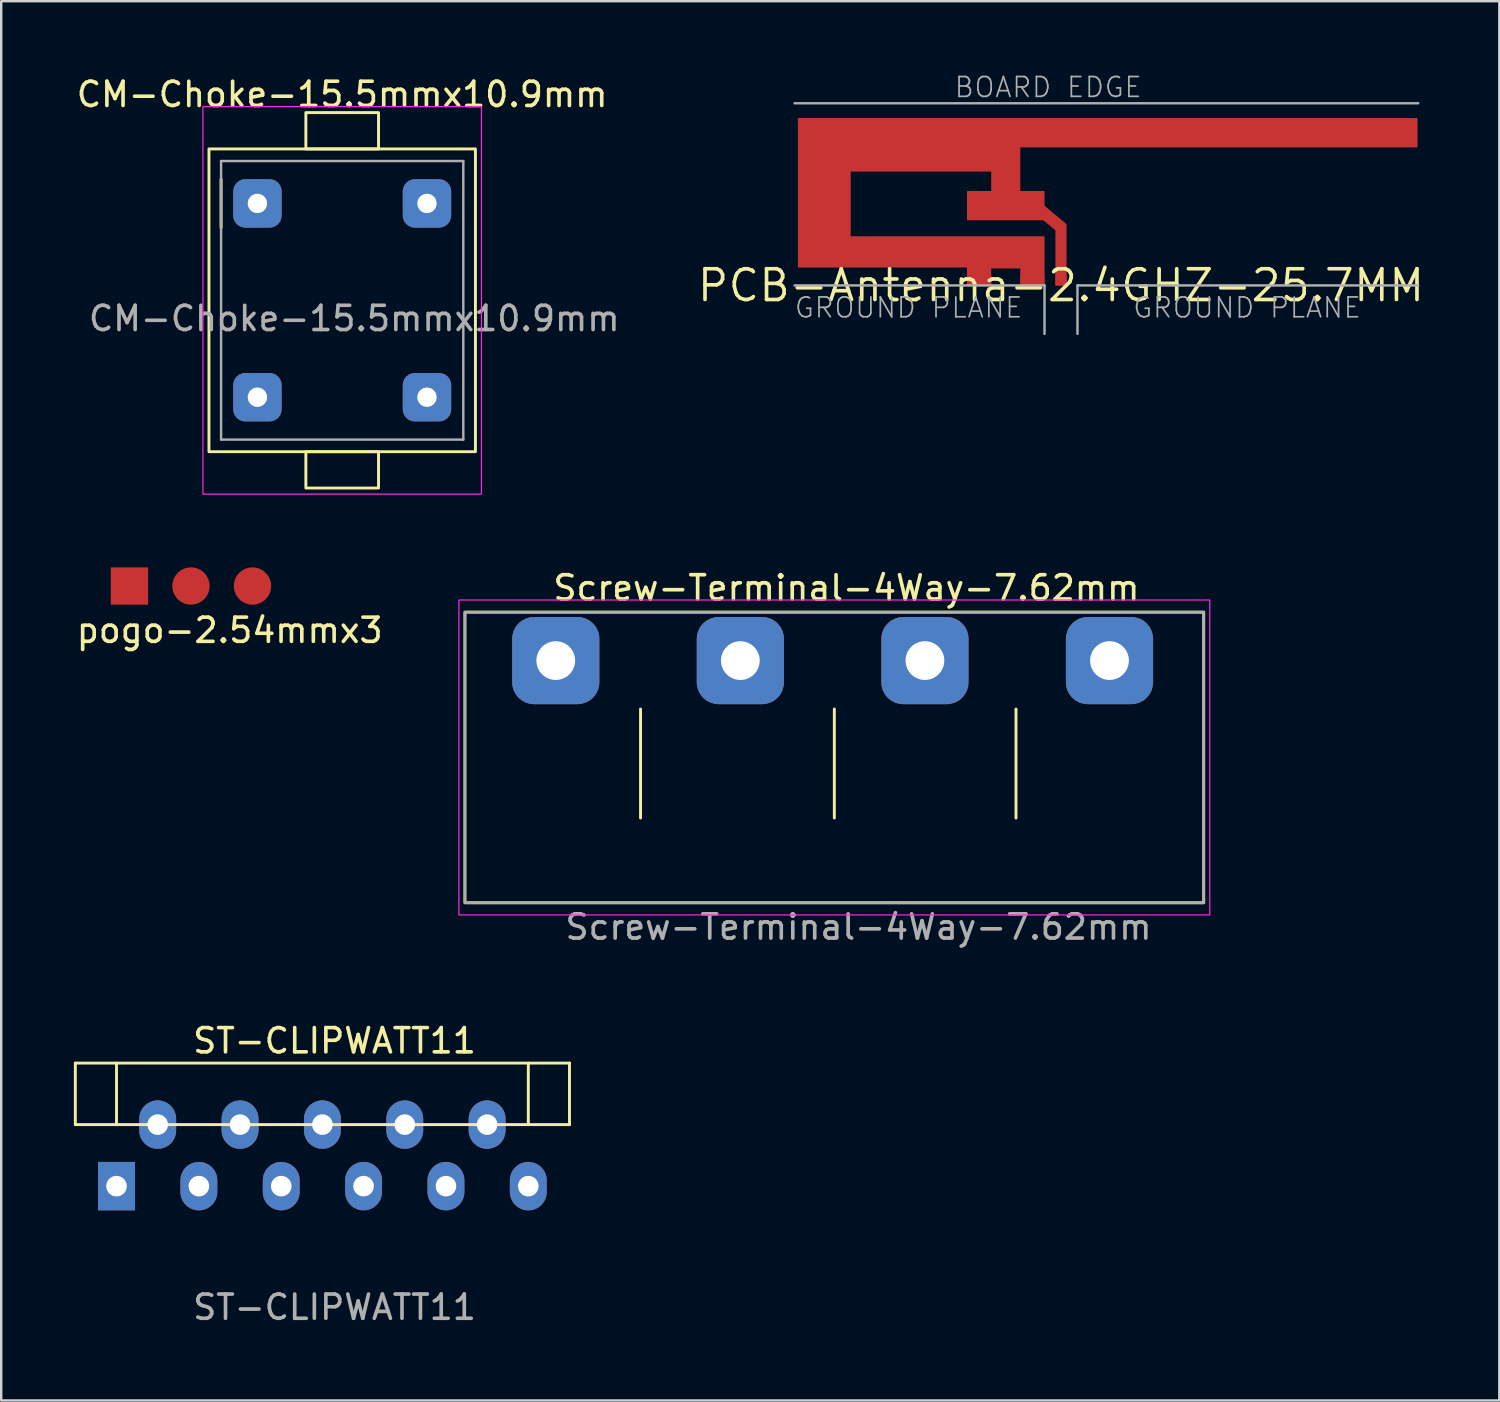
<source format=kicad_pcb>
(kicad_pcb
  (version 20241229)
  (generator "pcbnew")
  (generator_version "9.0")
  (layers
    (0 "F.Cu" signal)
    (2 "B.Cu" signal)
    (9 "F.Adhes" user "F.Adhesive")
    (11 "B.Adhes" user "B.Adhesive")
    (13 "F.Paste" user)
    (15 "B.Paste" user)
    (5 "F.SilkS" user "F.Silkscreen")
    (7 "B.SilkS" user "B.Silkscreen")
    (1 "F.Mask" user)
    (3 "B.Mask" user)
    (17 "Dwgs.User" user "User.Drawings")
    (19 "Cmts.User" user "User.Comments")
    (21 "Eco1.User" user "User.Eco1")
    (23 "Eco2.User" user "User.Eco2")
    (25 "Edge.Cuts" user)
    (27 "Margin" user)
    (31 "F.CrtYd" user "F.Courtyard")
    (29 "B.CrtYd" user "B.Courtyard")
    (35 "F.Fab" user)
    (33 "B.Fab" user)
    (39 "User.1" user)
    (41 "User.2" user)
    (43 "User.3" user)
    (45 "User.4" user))
  (footprint "CM-Choke-15.5mmx10.9mm"
    (layer "F.Cu")
    (at 7.577 5.348)
    (property "Reference" "CM-Choke-15.5mmx10.9mm" (at 3.5 -4.5 0) (unlocked yes) (layer "F.SilkS") (effects (font (size 1 1) (thickness 0.15))))
    (attr through_hole)
    (fp_line (start -1.5 -1) (end -1.5 1) (stroke (width 0.12) (type solid)) (layer "F.SilkS"))
    (fp_rect (start -2 -2.25) (end 9 10.25) (stroke (width 0.12) (type solid)) (fill no) (layer "F.SilkS"))
    (fp_rect (start 2 -3.75) (end 5 -2.25) (stroke (width 0.12) (type solid)) (fill no) (layer "F.SilkS"))
    (fp_rect (start 2 10.25) (end 5 11.75) (stroke (width 0.12) (type solid)) (fill no) (layer "F.SilkS"))
    (fp_rect (start -2.25 -4) (end 9.25 12) (stroke (width 0.05) (type solid)) (fill no) (layer "F.CrtYd"))
    (fp_line (start -1.5 -1.75) (end 8.5 -1.75) (stroke (width 0.1) (type solid)) (layer "F.Fab"))
    (fp_line (start -1.5 9.75) (end -1.5 -1.75) (stroke (width 0.1) (type solid)) (layer "F.Fab"))
    (fp_line (start 8.5 -1.75) (end 8.5 9.75) (stroke (width 0.1) (type solid)) (layer "F.Fab"))
    (fp_line (start 8.5 9.75) (end -1.5 9.75) (stroke (width 0.1) (type solid)) (layer "F.Fab"))
    (fp_text user "${REFERENCE}" (at 4 4.75 0) (unlocked yes) (layer "F.Fab") (effects (font (size 1 1) (thickness 0.15))))
    (pad "1" thru_hole roundrect (at 0 0) (size 2 2) (drill 0.8) (layers "*.Cu" "*.Mask") (roundrect_rratio 0.25))
    (pad "2" thru_hole roundrect (at 7 0) (size 2 2) (drill 0.8) (layers "*.Cu" "*.Mask") (roundrect_rratio 0.25))
    (pad "3" thru_hole roundrect (at 0 8) (size 2 2) (drill 0.8) (layers "*.Cu" "*.Mask") (roundrect_rratio 0.25))
    (pad "4" thru_hole roundrect (at 7 8) (size 2 2) (drill 0.8) (layers "*.Cu" "*.Mask") (roundrect_rratio 0.25)))
  (footprint "pogo-2.54mmx3"
    (layer "F.Cu")
    (at 2.294 21.143)
    (property "Reference" "pogo-2.54mmx3" (at 4.14 1.829 0) (layer "F.SilkS") (effects (font (size 1 1) (thickness 0.15))))
    (attr through_hole)
    (pad "1" smd rect (at 0 0) (size 1.54 1.54) (layers "F.Cu" "F.Mask" "F.Paste"))
    (pad "2" smd circle (at 2.54 0) (size 1.54 1.54) (layers "F.Cu" "F.Mask" "F.Paste"))
    (pad "3" smd circle (at 5.08 0) (size 1.54 1.54) (layers "F.Cu" "F.Mask" "F.Paste")))
  (footprint "Screw-Terminal-4Way-7.62mm"
    (layer "F.Cu")
    (at 19.894 24.221)
    (property "Reference" "Screw-Terminal-4Way-7.62mm" (at 12 -3 0) (unlocked yes) (layer "F.SilkS") (effects (font (size 1 1) (thickness 0.15))))
    (attr through_hole)
    (fp_line (start 3.5 2) (end 3.5 6.5) (stroke (width 0.12) (type solid)) (layer "F.SilkS"))
    (fp_line (start 11.5 2) (end 11.5 6.5) (stroke (width 0.12) (type solid)) (layer "F.SilkS"))
    (fp_line (start 19 2) (end 19 6.5) (stroke (width 0.12) (type solid)) (layer "F.SilkS"))
    (fp_rect (start -3.75 -2) (end 26.75 10) (stroke (width 0.12) (type solid)) (fill no) (layer "F.SilkS"))
    (fp_rect (start -4 -2.5) (end 27 10.5) (stroke (width 0.05) (type solid)) (fill no) (layer "F.CrtYd"))
    (fp_rect (start -3.75 -2) (end 26.75 10) (stroke (width 0.1) (type solid)) (fill no) (layer "F.Fab"))
    (fp_text user "${REFERENCE}" (at 12.5 11 0) (unlocked yes) (layer "F.Fab") (effects (font (size 1 1) (thickness 0.15))))
    (pad "1" thru_hole roundrect (at 0 0) (size 3.6 3.6) (drill 1.6) (layers "*.Cu" "*.Mask") (roundrect_rratio 0.25))
    (pad "2" thru_hole roundrect (at 7.62 0) (size 3.6 3.6) (drill 1.6) (layers "*.Cu" "*.Mask") (roundrect_rratio 0.25))
    (pad "3" thru_hole roundrect (at 15.24 0) (size 3.6 3.6) (drill 1.6) (layers "*.Cu" "*.Mask") (roundrect_rratio 0.25))
    (pad "4" thru_hole roundrect (at 22.86 0) (size 3.6 3.6) (drill 1.6) (layers "*.Cu" "*.Mask") (roundrect_rratio 0.25)))
  (footprint "ST-CLIPWATT11"
    (layer "F.Cu")
    (at 1.76 45.918)
    (property "Reference" "ST-CLIPWATT11" (at 9 -6 0) (unlocked yes) (layer "F.SilkS") (effects (font (size 1 1) (thickness 0.15))))
    (attr through_hole)
    (fp_line (start -1.7 -5.08) (end 18.7 -5.08) (stroke (width 0.12) (type solid)) (layer "F.SilkS"))
    (fp_line (start -1.7 -2.54) (end -1.7 -5.08) (stroke (width 0.12) (type solid)) (layer "F.SilkS"))
    (fp_line (start 0 -5.08) (end 0 -2.54) (stroke (width 0.12) (type solid)) (layer "F.SilkS"))
    (fp_line (start 17 -5.08) (end 17 -2.54) (stroke (width 0.12) (type solid)) (layer "F.SilkS"))
    (fp_line (start 18.7 -5.08) (end 18.7 -2.54) (stroke (width 0.12) (type solid)) (layer "F.SilkS"))
    (fp_line (start 18.7 -2.54) (end -1.7 -2.54) (stroke (width 0.12) (type solid)) (layer "F.SilkS"))
    (fp_text user "${REFERENCE}" (at 9 5 0) (unlocked yes) (layer "F.Fab") (effects (font (size 1 1) (thickness 0.15))))
    (pad "1" thru_hole rect (at 0 0) (size 1.524 2) (drill 0.85) (layers "*.Cu" "*.Mask"))
    (pad "2" thru_hole oval (at 1.7 -2.54) (size 1.524 2) (drill 0.85) (layers "*.Cu" "*.Mask"))
    (pad "3" thru_hole oval (at 3.4 0) (size 1.524 2) (drill 0.85) (layers "*.Cu" "*.Mask"))
    (pad "4" thru_hole oval (at 5.1 -2.54) (size 1.524 2) (drill 0.85) (layers "*.Cu" "*.Mask"))
    (pad "5" thru_hole oval (at 6.8 0) (size 1.524 2) (drill 0.85) (layers "*.Cu" "*.Mask"))
    (pad "6" thru_hole oval (at 8.5 -2.54) (size 1.524 2) (drill 0.85) (layers "*.Cu" "*.Mask"))
    (pad "7" thru_hole oval (at 10.2 0) (size 1.524 2) (drill 0.85) (layers "*.Cu" "*.Mask"))
    (pad "8" thru_hole oval (at 11.9 -2.54) (size 1.524 2) (drill 0.85) (layers "*.Cu" "*.Mask"))
    (pad "9" thru_hole oval (at 13.6 0) (size 1.524 2) (drill 0.85) (layers "*.Cu" "*.Mask"))
    (pad "10" thru_hole oval (at 15.3 -2.54) (size 1.524 2) (drill 0.85) (layers "*.Cu" "*.Mask"))
    (pad "11" thru_hole oval (at 17 0) (size 1.524 2) (drill 0.85) (layers "*.Cu" "*.Mask")))
  (footprint "PCB-Antenna-2.4GHZ-25.7MM"
    (layer "F.Cu")
    (at 40.751 8.734)
    (property "Reference" "PCB-Antenna-2.4GHZ-25.7MM" (at 0 0 0) (layer "F.SilkS") (effects (font (size 1.27 1.27) (thickness 0.15))))
    (fp_poly (pts (xy 14.72 -5.7) (xy -1.68 -5.7) (xy -1.68 -3.9) (xy -0.68 -3.9) (xy -0.68 -3.29) (xy 0.23 -2.53) (xy 0.23 0) (xy -0.23 0) (xy -0.23 -2.28) (xy -0.73 -2.69) (xy -3.88 -2.69) (xy -3.88 -3.9) (xy -2.88 -3.9) (xy -2.88 -4.7) (xy -8.68 -4.7) (xy -8.68 -2.03) (xy -0.68 -2.03) (xy -0.68 0) (xy -1.68 0) (xy -1.68 -0.7) (xy -2.88 -0.7) (xy -2.88 0) (xy -3.88 0) (xy -3.88 -0.74) (xy -10.86 -0.74) (xy -10.86 -6.91) (xy 14.72 -6.91)) (stroke (width 0) (type solid)) (fill yes) (layer "F.Cu"))
    (fp_line (start -11 -7.52) (end 14.75 -7.52) (stroke (width 0.1) (type solid)) (layer "F.Fab"))
    (fp_line (start -0.68 0) (end -11 0) (stroke (width 0.1) (type solid)) (layer "F.Fab"))
    (fp_line (start -0.68 2) (end -0.68 0) (stroke (width 0.1) (type solid)) (layer "F.Fab"))
    (fp_line (start 0.68 0) (end 0.68 2) (stroke (width 0.1) (type solid)) (layer "F.Fab"))
    (fp_line (start 0.68 0) (end 14.75 0) (stroke (width 0.1) (type solid)) (layer "F.Fab"))
    (fp_text user "BOARD EDGE" (at -4.449 -7.703 0) (layer "F.Fab") (effects (font (size 0.818 0.818) (thickness 0.071)) (justify left bottom)))
    (fp_text user "GROUND PLANE" (at 2.921 1.397 0) (layer "F.Fab") (effects (font (size 0.818 0.818) (thickness 0.071)) (justify left bottom)))
    (fp_text user "GROUND PLANE" (at -11.049 1.397 0) (layer "F.Fab") (effects (font (size 0.818 0.818) (thickness 0.071)) (justify left bottom)))
    (pad "ANT" smd rect (at 0 -0.23) (size 0.46 0.46) (layers "F.Cu"))
    (pad "GND" smd rect (at -1.18 -0.23) (size 1 0.46) (layers "F.Cu"))
    (pad "GND2" smd rect (at -3.38 -0.23) (size 1 0.46) (layers "F.Cu")))
  (gr_rect
    (start -3 -3)
    (end 58.847 54.766)
    (stroke (width 0.1) (type default))
    (fill no)
    (layer "Edge.Cuts")))
</source>
